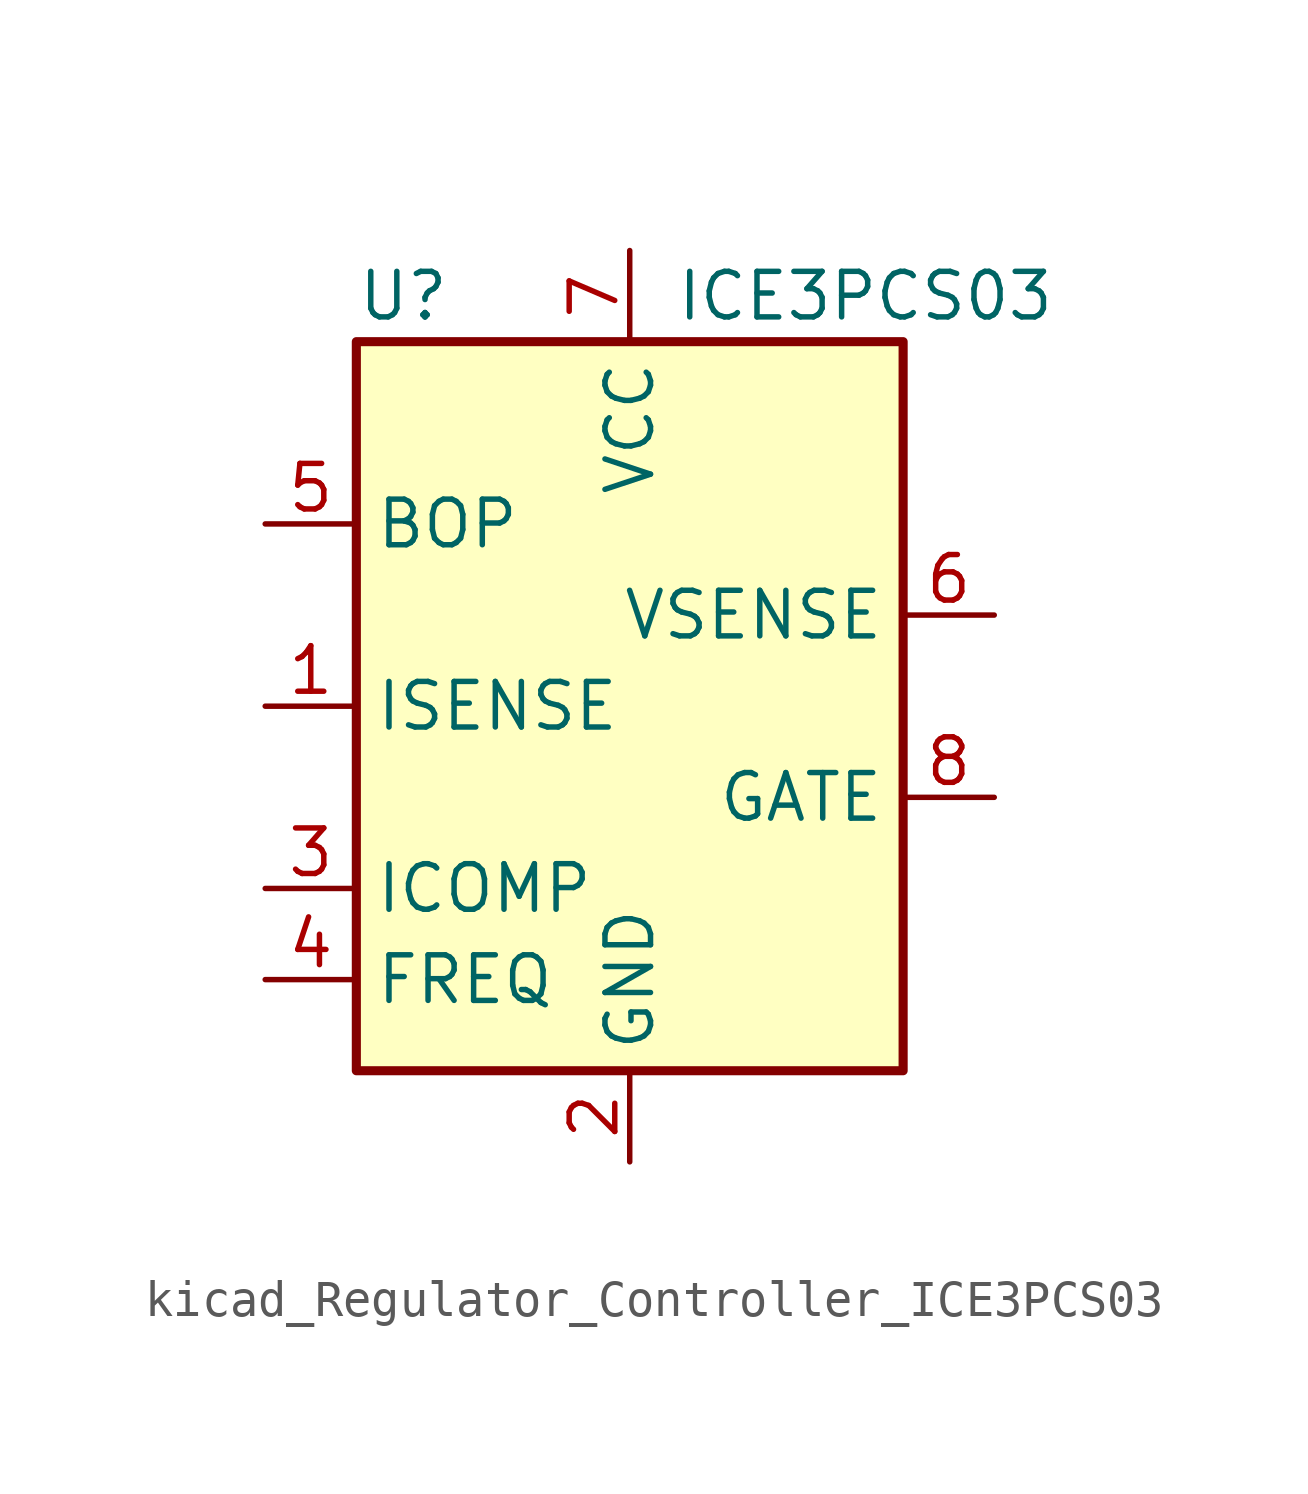
<source format=kicad_sym>
(kicad_symbol_lib
  (version 20220914)
  (generator kicad_symbol_editor)
  (symbol "kicad_Regulator_Controller_ICE3PCS03"
    (property "Reference" "U"
      (at -7.62 11.43 0)
      (effects (font (size 1.27 1.27)) (justify left)))
    (property "Value" "ICE3PCS03"
      (at 1.27 11.43 0)
      (effects (font (size 1.27 1.27)) (justify left)))
    (symbol "kicad_Regulator_Controller_ICE3PCS03_0_0"
      (rectangle (start -7.62 10.16) (end 7.62 -10.16) (stroke (width 0.254) (type default)) (fill (type background))))
    (symbol "kicad_Regulator_Controller_ICE3PCS03_1_1"
      (pin input line (at -10.16 0 0) (length 2.54) (name "ISENSE" (effects (font (size 1.27 1.27)))) (number "1" (effects (font (size 1.27 1.27)))))
      (pin power_in line (at 0 -12.7 90) (length 2.54) (name "GND" (effects (font (size 1.27 1.27)))) (number "2" (effects (font (size 1.27 1.27)))))
      (pin passive line (at -10.16 -5.08 0) (length 2.54) (name "ICOMP" (effects (font (size 1.27 1.27)))) (number "3" (effects (font (size 1.27 1.27)))))
      (pin passive line (at -10.16 -7.62 0) (length 2.54) (name "FREQ" (effects (font (size 1.27 1.27)))) (number "4" (effects (font (size 1.27 1.27)))))
      (pin input line (at -10.16 5.08 0) (length 2.54) (name "BOP" (effects (font (size 1.27 1.27)))) (number "5" (effects (font (size 1.27 1.27)))))
      (pin input line (at 10.16 2.54 180) (length 2.54) (name "VSENSE" (effects (font (size 1.27 1.27)))) (number "6" (effects (font (size 1.27 1.27)))))
      (pin power_in line (at 0 12.7 270) (length 2.54) (name "VCC" (effects (font (size 1.27 1.27)))) (number "7" (effects (font (size 1.27 1.27)))))
      (pin output line (at 10.16 -2.54 180) (length 2.54) (name "GATE" (effects (font (size 1.27 1.27)))) (number "8" (effects (font (size 1.27 1.27))))))))
</source>
